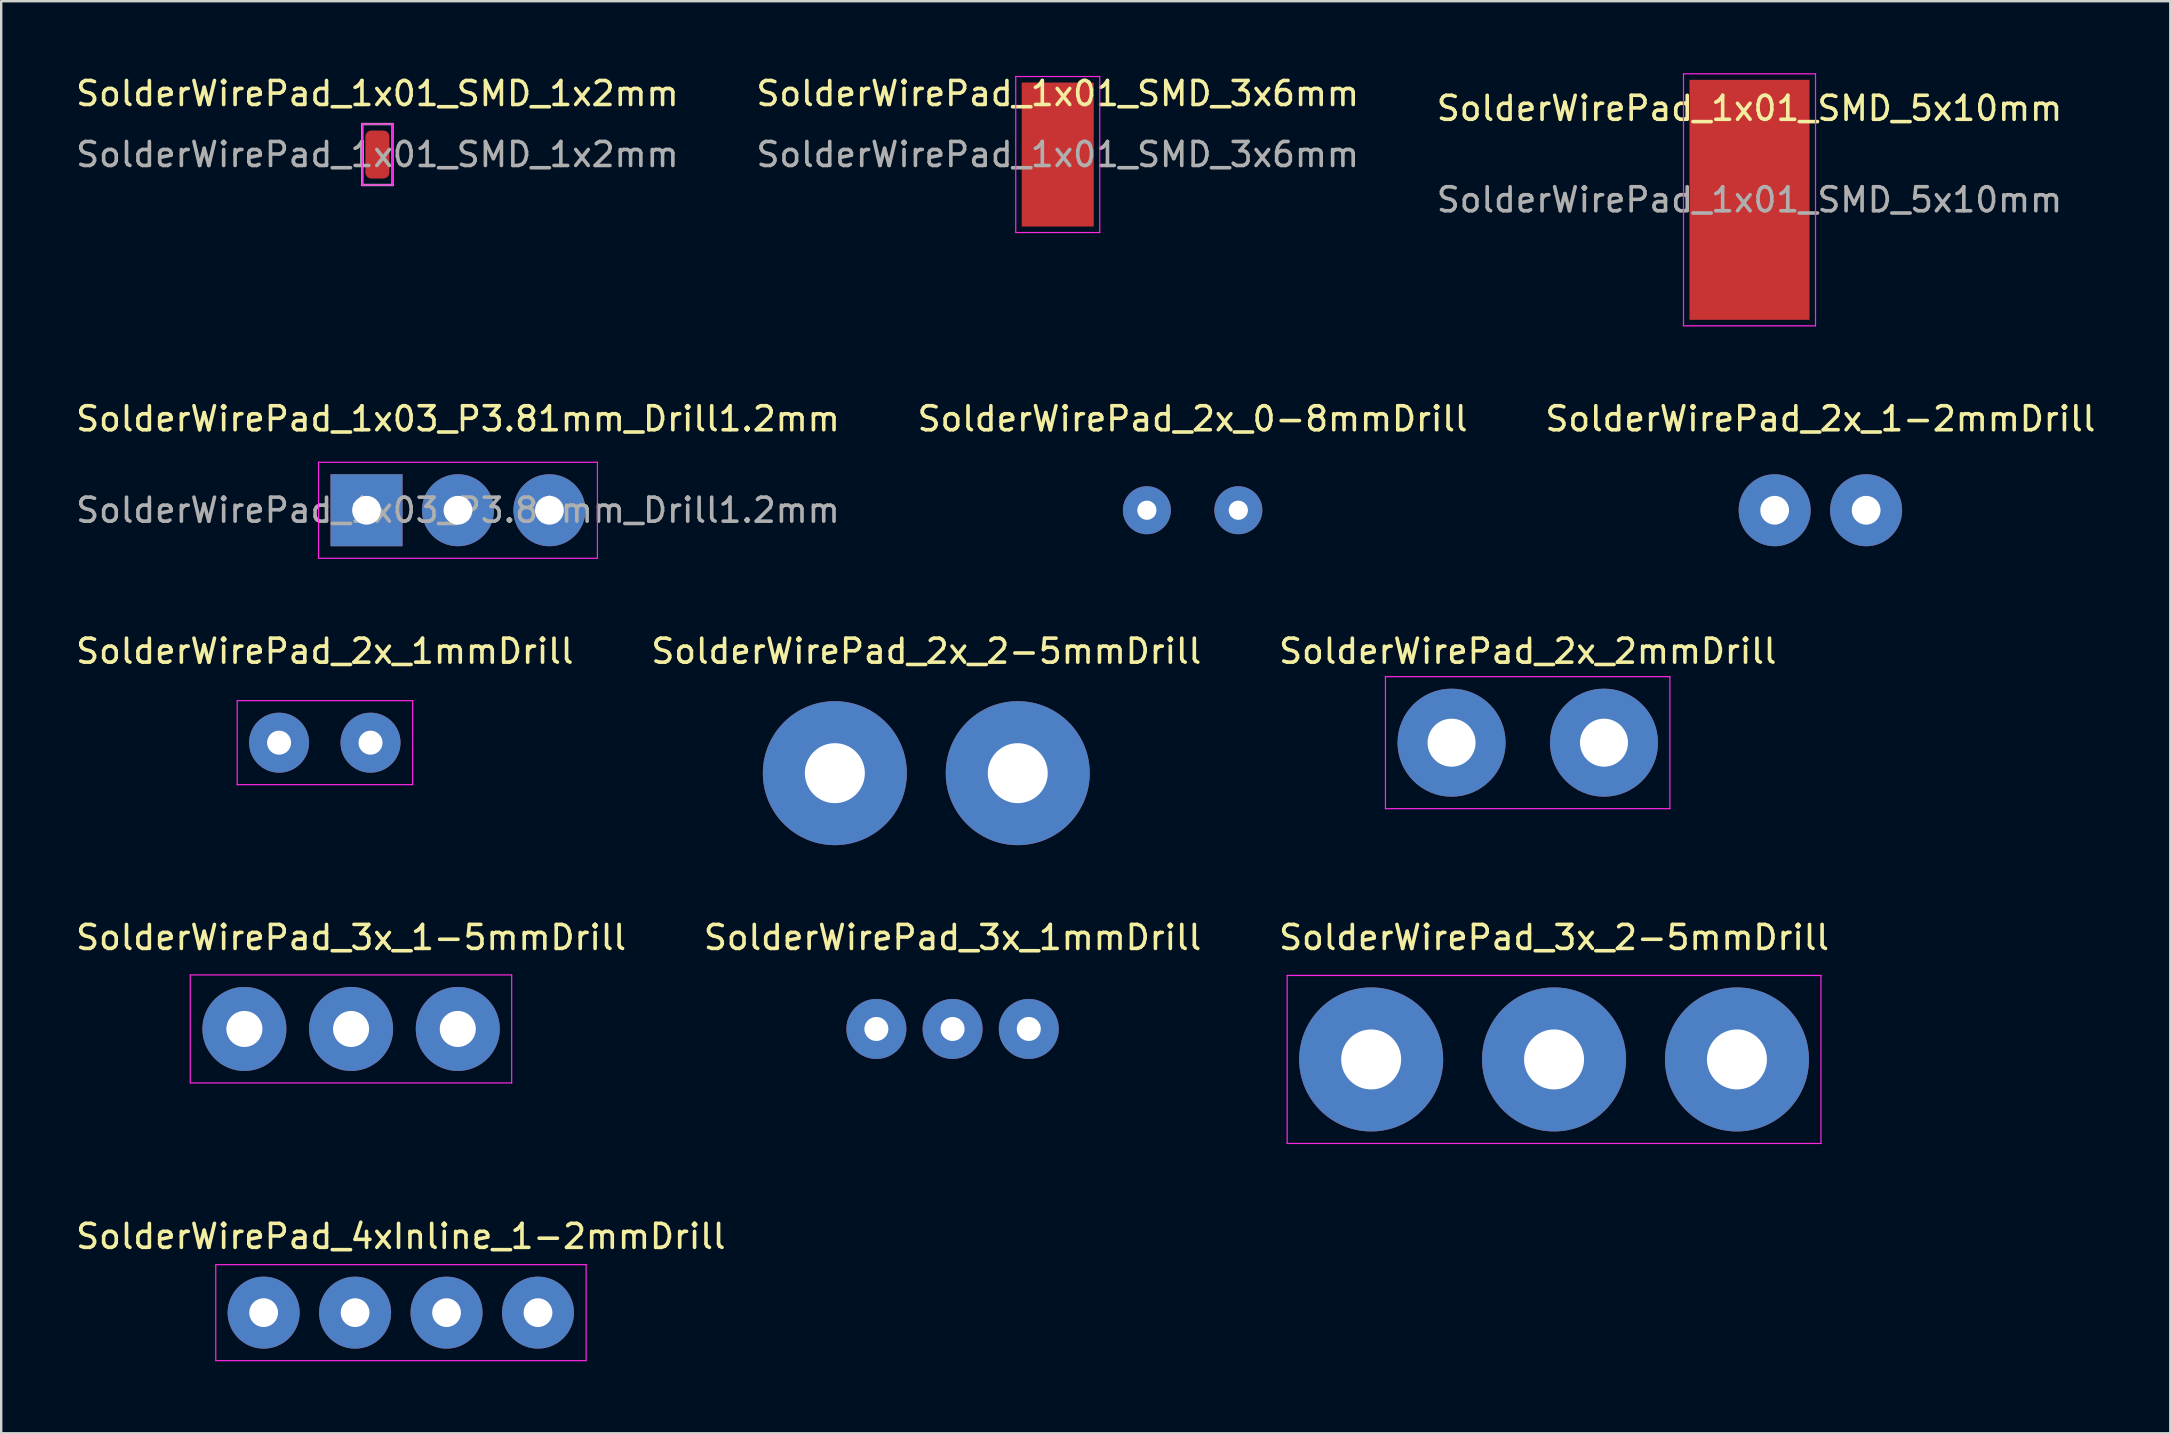
<source format=kicad_pcb>
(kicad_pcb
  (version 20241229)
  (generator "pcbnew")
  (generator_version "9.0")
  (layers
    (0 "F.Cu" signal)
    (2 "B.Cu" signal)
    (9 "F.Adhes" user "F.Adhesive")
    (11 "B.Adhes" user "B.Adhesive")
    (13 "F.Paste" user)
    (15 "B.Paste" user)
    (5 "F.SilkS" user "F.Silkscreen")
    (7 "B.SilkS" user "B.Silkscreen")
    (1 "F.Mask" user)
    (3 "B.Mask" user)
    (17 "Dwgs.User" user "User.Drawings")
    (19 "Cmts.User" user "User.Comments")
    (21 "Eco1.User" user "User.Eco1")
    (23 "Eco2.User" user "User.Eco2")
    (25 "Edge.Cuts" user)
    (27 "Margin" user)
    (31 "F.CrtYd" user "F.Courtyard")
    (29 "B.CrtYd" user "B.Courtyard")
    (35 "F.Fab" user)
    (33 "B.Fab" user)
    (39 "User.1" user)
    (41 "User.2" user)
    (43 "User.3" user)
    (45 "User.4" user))
  (footprint "SolderWirePad_1x03_P3.81mm_Drill1.2mm"
    (layer "F.Cu")
    (at 16.03 18.208)
    (property "Reference" "SolderWirePad_1x03_P3.81mm_Drill1.2mm" (at 0 -3.81 0) (layer "F.SilkS") (effects (font (size 1 1) (thickness 0.15))))
    (attr exclude_from_pos_files exclude_from_bom)
    (fp_line (start -5.81 -2) (end -5.81 2) (stroke (width 0.05) (type solid)) (layer "F.CrtYd"))
    (fp_line (start -5.81 -2) (end 5.81 -2) (stroke (width 0.05) (type solid)) (layer "F.CrtYd"))
    (fp_line (start 5.81 2) (end -5.81 2) (stroke (width 0.05) (type solid)) (layer "F.CrtYd"))
    (fp_line (start 5.81 2) (end 5.81 -2) (stroke (width 0.05) (type solid)) (layer "F.CrtYd"))
    (fp_text user "${REFERENCE}" (at 0 0 0) (layer "F.Fab") (effects (font (size 1 1) (thickness 0.15))))
    (pad "1" thru_hole rect (at -3.81 0) (size 3 3) (drill 1.199) (layers "*.Cu" "*.Mask"))
    (pad "2" thru_hole circle (at 0 0) (size 3 3) (drill 1.199) (layers "*.Cu" "*.Mask"))
    (pad "3" thru_hole circle (at 3.81 0) (size 3 3) (drill 1.199) (layers "*.Cu" "*.Mask")))
  (footprint "SolderWirePad_2x_2mmDrill"
    (layer "F.Cu")
    (at 60.601 27.892)
    (property "Reference" "SolderWirePad_2x_2mmDrill" (at 0 -3.81 0) (layer "F.SilkS") (effects (font (size 1 1) (thickness 0.15))))
    (attr exclude_from_pos_files exclude_from_bom)
    (fp_line (start -5.93 -2.75) (end -5.93 2.75) (stroke (width 0.05) (type solid)) (layer "F.CrtYd"))
    (fp_line (start -5.93 -2.75) (end 5.92 -2.75) (stroke (width 0.05) (type solid)) (layer "F.CrtYd"))
    (fp_line (start 5.92 2.75) (end -5.93 2.75) (stroke (width 0.05) (type solid)) (layer "F.CrtYd"))
    (fp_line (start 5.92 2.75) (end 5.92 -2.75) (stroke (width 0.05) (type solid)) (layer "F.CrtYd"))
    (pad "1" thru_hole circle (at -3.175 0) (size 4.501 4.501) (drill 1.999) (layers "*.Cu" "*.Mask"))
    (pad "1" thru_hole circle (at 3.175 0) (size 4.501 4.501) (drill 1.999) (layers "*.Cu" "*.Mask")))
  (footprint "SolderWirePad_2x_1-2mmDrill"
    (layer "F.Cu")
    (at 72.792 18.208)
    (property "Reference" "SolderWirePad_2x_1-2mmDrill" (at 0 -3.81 0) (layer "F.SilkS") (effects (font (size 1 1) (thickness 0.15))))
    (attr exclude_from_pos_files exclude_from_bom)
    (pad "1" thru_hole circle (at -1.905 0) (size 3 3) (drill 1.199) (layers "*.Cu" "*.Mask"))
    (pad "1" thru_hole circle (at 1.905 0) (size 3 3) (drill 1.199) (layers "*.Cu" "*.Mask")))
  (footprint "SolderWirePad_3x_1-5mmDrill"
    (layer "F.Cu")
    (at 11.577 39.819)
    (property "Reference" "SolderWirePad_3x_1-5mmDrill" (at 0 -3.81 0) (layer "F.SilkS") (effects (font (size 1 1) (thickness 0.15))))
    (attr exclude_from_pos_files exclude_from_bom)
    (fp_line (start -6.7 -2.25) (end -6.7 2.25) (stroke (width 0.05) (type solid)) (layer "F.CrtYd"))
    (fp_line (start -6.7 -2.25) (end 6.69 -2.25) (stroke (width 0.05) (type solid)) (layer "F.CrtYd"))
    (fp_line (start 6.69 2.25) (end -6.7 2.25) (stroke (width 0.05) (type solid)) (layer "F.CrtYd"))
    (fp_line (start 6.69 2.25) (end 6.69 -2.25) (stroke (width 0.05) (type solid)) (layer "F.CrtYd"))
    (pad "1" thru_hole circle (at -4.445 0) (size 3.5 3.5) (drill 1.501) (layers "*.Cu" "*.Mask"))
    (pad "1" thru_hole circle (at 0 0) (size 3.5 3.5) (drill 1.501) (layers "*.Cu" "*.Mask"))
    (pad "1" thru_hole circle (at 4.445 0) (size 3.5 3.5) (drill 1.501) (layers "*.Cu" "*.Mask")))
  (footprint "SolderWirePad_2x_1mmDrill"
    (layer "F.Cu")
    (at 10.482 27.892)
    (property "Reference" "SolderWirePad_2x_1mmDrill" (at 0 -3.81 0) (layer "F.SilkS") (effects (font (size 1 1) (thickness 0.15))))
    (attr exclude_from_pos_files exclude_from_bom)
    (fp_line (start -3.65 -1.75) (end -3.65 1.75) (stroke (width 0.05) (type solid)) (layer "F.CrtYd"))
    (fp_line (start -3.65 -1.75) (end 3.66 -1.75) (stroke (width 0.05) (type solid)) (layer "F.CrtYd"))
    (fp_line (start 3.66 1.75) (end -3.65 1.75) (stroke (width 0.05) (type solid)) (layer "F.CrtYd"))
    (fp_line (start 3.66 1.75) (end 3.66 -1.75) (stroke (width 0.05) (type solid)) (layer "F.CrtYd"))
    (pad "1" thru_hole circle (at -1.905 0) (size 2.499 2.499) (drill 1.001) (layers "*.Cu" "*.Mask"))
    (pad "1" thru_hole circle (at 1.905 0) (size 2.499 2.499) (drill 1.001) (layers "*.Cu" "*.Mask")))
  (footprint "SolderWirePad_3x_2-5mmDrill"
    (layer "F.Cu")
    (at 61.696 41.089)
    (property "Reference" "SolderWirePad_3x_2-5mmDrill" (at 0 -5.08 0) (layer "F.SilkS") (effects (font (size 1 1) (thickness 0.15))))
    (attr exclude_from_pos_files exclude_from_bom)
    (fp_line (start -11.12 -3.5) (end -11.12 3.5) (stroke (width 0.05) (type solid)) (layer "F.CrtYd"))
    (fp_line (start -11.12 -3.5) (end 11.12 -3.5) (stroke (width 0.05) (type solid)) (layer "F.CrtYd"))
    (fp_line (start 11.12 3.5) (end -11.12 3.5) (stroke (width 0.05) (type solid)) (layer "F.CrtYd"))
    (fp_line (start 11.12 3.5) (end 11.12 -3.5) (stroke (width 0.05) (type solid)) (layer "F.CrtYd"))
    (pad "1" thru_hole circle (at -7.62 0) (size 5.999 5.999) (drill 2.499) (layers "*.Cu" "*.Mask"))
    (pad "1" thru_hole circle (at 0 0) (size 5.999 5.999) (drill 2.499) (layers "*.Cu" "*.Mask"))
    (pad "1" thru_hole circle (at 7.62 0) (size 5.999 5.999) (drill 2.499) (layers "*.Cu" "*.Mask")))
  (footprint "SolderWirePad_1x01_SMD_5x10mm"
    (layer "F.Cu")
    (at 69.839 5.275)
    (property "Reference" "SolderWirePad_1x01_SMD_5x10mm" (at 0 -3.81 0) (layer "F.SilkS") (effects (font (size 1 1) (thickness 0.15))))
    (attr exclude_from_pos_files exclude_from_bom)
    (fp_line (start -2.75 -5.25) (end -2.75 5.25) (stroke (width 0.05) (type solid)) (layer "F.CrtYd"))
    (fp_line (start -2.75 5.25) (end 2.75 5.25) (stroke (width 0.05) (type solid)) (layer "F.CrtYd"))
    (fp_line (start 2.75 -5.25) (end -2.75 -5.25) (stroke (width 0.05) (type solid)) (layer "F.CrtYd"))
    (fp_line (start 2.75 5.25) (end 2.75 -5.25) (stroke (width 0.05) (type solid)) (layer "F.CrtYd"))
    (fp_text user "${REFERENCE}" (at 0 0 0) (layer "F.Fab") (effects (font (size 1 1) (thickness 0.15))))
    (pad "1" smd rect (at 0 0) (size 5 10) (layers "F.Cu" "F.Mask" "F.Paste")))
  (footprint "SolderWirePad_4xInline_1-2mmDrill"
    (layer "F.Cu")
    (at 13.649 51.638)
    (property "Reference" "SolderWirePad_4xInline_1-2mmDrill" (at 0 -3.175 0) (layer "F.SilkS") (effects (font (size 1 1) (thickness 0.15))))
    (attr exclude_from_pos_files exclude_from_bom)
    (fp_line (start -7.71 -2) (end -7.71 2) (stroke (width 0.05) (type solid)) (layer "F.CrtYd"))
    (fp_line (start -7.71 -2) (end 7.72 -2) (stroke (width 0.05) (type solid)) (layer "F.CrtYd"))
    (fp_line (start 7.72 2) (end -7.71 2) (stroke (width 0.05) (type solid)) (layer "F.CrtYd"))
    (fp_line (start 7.72 2) (end 7.72 -2) (stroke (width 0.05) (type solid)) (layer "F.CrtYd"))
    (pad "1" thru_hole circle (at -5.715 0) (size 3 3) (drill 1.199) (layers "*.Cu" "*.Mask"))
    (pad "1" thru_hole circle (at -1.905 0) (size 3 3) (drill 1.199) (layers "*.Cu" "*.Mask"))
    (pad "1" thru_hole circle (at 1.905 0) (size 3 3) (drill 1.199) (layers "*.Cu" "*.Mask"))
    (pad "1" thru_hole circle (at 5.715 0) (size 3 3) (drill 1.199) (layers "*.Cu" "*.Mask")))
  (footprint "SolderWirePad_1x01_SMD_1x2mm"
    (layer "F.Cu")
    (at 12.673 3.388)
    (property "Reference" "SolderWirePad_1x01_SMD_1x2mm" (at 0 -2.54 0) (layer "F.SilkS") (effects (font (size 1 1) (thickness 0.15))))
    (attr smd)
    (fp_line (start -0.63 -1.27) (end -0.63 1.27) (stroke (width 0.05) (type solid)) (layer "F.CrtYd"))
    (fp_line (start -0.63 1.27) (end 0.63 1.27) (stroke (width 0.05) (type solid)) (layer "F.CrtYd"))
    (fp_line (start 0.63 -1.27) (end -0.63 -1.27) (stroke (width 0.05) (type solid)) (layer "F.CrtYd"))
    (fp_line (start 0.63 1.27) (end 0.63 -1.27) (stroke (width 0.05) (type solid)) (layer "F.CrtYd"))
    (fp_line (start -0.63 -1.27) (end 0.63 -1.27) (stroke (width 0.1) (type solid)) (layer "F.Fab"))
    (fp_line (start -0.63 1.27) (end -0.63 -1.27) (stroke (width 0.1) (type solid)) (layer "F.Fab"))
    (fp_line (start 0.63 -1.27) (end 0.63 1.27) (stroke (width 0.1) (type solid)) (layer "F.Fab"))
    (fp_line (start 0.63 1.27) (end -0.63 1.27) (stroke (width 0.1) (type solid)) (layer "F.Fab"))
    (fp_text user "${REFERENCE}" (at 0 0 0) (layer "F.Fab") (effects (font (size 1 1) (thickness 0.15))))
    (pad "1" smd roundrect (at 0 0) (size 1 2) (layers "F.Cu" "F.Mask" "F.Paste") (roundrect_rratio 0.25)))
  (footprint "SolderWirePad_1x01_SMD_3x6mm"
    (layer "F.Cu")
    (at 41.018 3.388)
    (property "Reference" "SolderWirePad_1x01_SMD_3x6mm" (at 0 -2.54 0) (layer "F.SilkS") (effects (font (size 1 1) (thickness 0.15))))
    (attr exclude_from_pos_files exclude_from_bom)
    (fp_line (start -1.75 -3.25) (end -1.75 3.25) (stroke (width 0.05) (type solid)) (layer "F.CrtYd"))
    (fp_line (start -1.75 3.25) (end 1.75 3.25) (stroke (width 0.05) (type solid)) (layer "F.CrtYd"))
    (fp_line (start 1.75 -3.25) (end -1.75 -3.25) (stroke (width 0.05) (type solid)) (layer "F.CrtYd"))
    (fp_line (start 1.75 3.25) (end 1.75 -3.25) (stroke (width 0.05) (type solid)) (layer "F.CrtYd"))
    (fp_text user "${REFERENCE}" (at 0 0 0) (layer "F.Fab") (effects (font (size 1 1) (thickness 0.15))))
    (pad "1" smd rect (at 0 0) (size 3 6) (layers "F.Cu" "F.Mask" "F.Paste")))
  (footprint "SolderWirePad_3x_1mmDrill"
    (layer "F.Cu")
    (at 36.637 39.819)
    (property "Reference" "SolderWirePad_3x_1mmDrill" (at 0 -3.81 0) (layer "F.SilkS") (effects (font (size 1 1) (thickness 0.15))))
    (attr exclude_from_pos_files exclude_from_bom)
    (pad "1" thru_hole circle (at -3.175 0) (size 2.499 2.499) (drill 1.001) (layers "*.Cu" "*.Mask"))
    (pad "1" thru_hole circle (at 0 0) (size 2.499 2.499) (drill 1.001) (layers "*.Cu" "*.Mask"))
    (pad "1" thru_hole circle (at 3.175 0) (size 2.499 2.499) (drill 1.001) (layers "*.Cu" "*.Mask")))
  (footprint "SolderWirePad_2x_2-5mmDrill"
    (layer "F.Cu")
    (at 35.542 29.162)
    (property "Reference" "SolderWirePad_2x_2-5mmDrill" (at 0 -5.08 0) (layer "F.SilkS") (effects (font (size 1 1) (thickness 0.15))))
    (attr exclude_from_pos_files exclude_from_bom)
    (pad "1" thru_hole circle (at -3.81 0) (size 5.999 5.999) (drill 2.499) (layers "*.Cu" "*.Mask"))
    (pad "1" thru_hole circle (at 3.81 0) (size 5.999 5.999) (drill 2.499) (layers "*.Cu" "*.Mask")))
  (footprint "SolderWirePad_2x_0-8mmDrill"
    (layer "F.Cu")
    (at 46.637 18.208)
    (property "Reference" "SolderWirePad_2x_0-8mmDrill" (at 0 -3.81 0) (layer "F.SilkS") (effects (font (size 1 1) (thickness 0.15))))
    (attr exclude_from_pos_files exclude_from_bom)
    (pad "1" thru_hole circle (at -1.905 0) (size 1.999 1.999) (drill 0.8) (layers "*.Cu" "*.Mask"))
    (pad "1" thru_hole circle (at 1.905 0) (size 1.999 1.999) (drill 0.8) (layers "*.Cu" "*.Mask")))
  (gr_rect
    (start -3 -3)
    (end 87.369 56.663)
    (stroke (width 0.1) (type default))
    (fill no)
    (layer "Edge.Cuts")))
</source>
